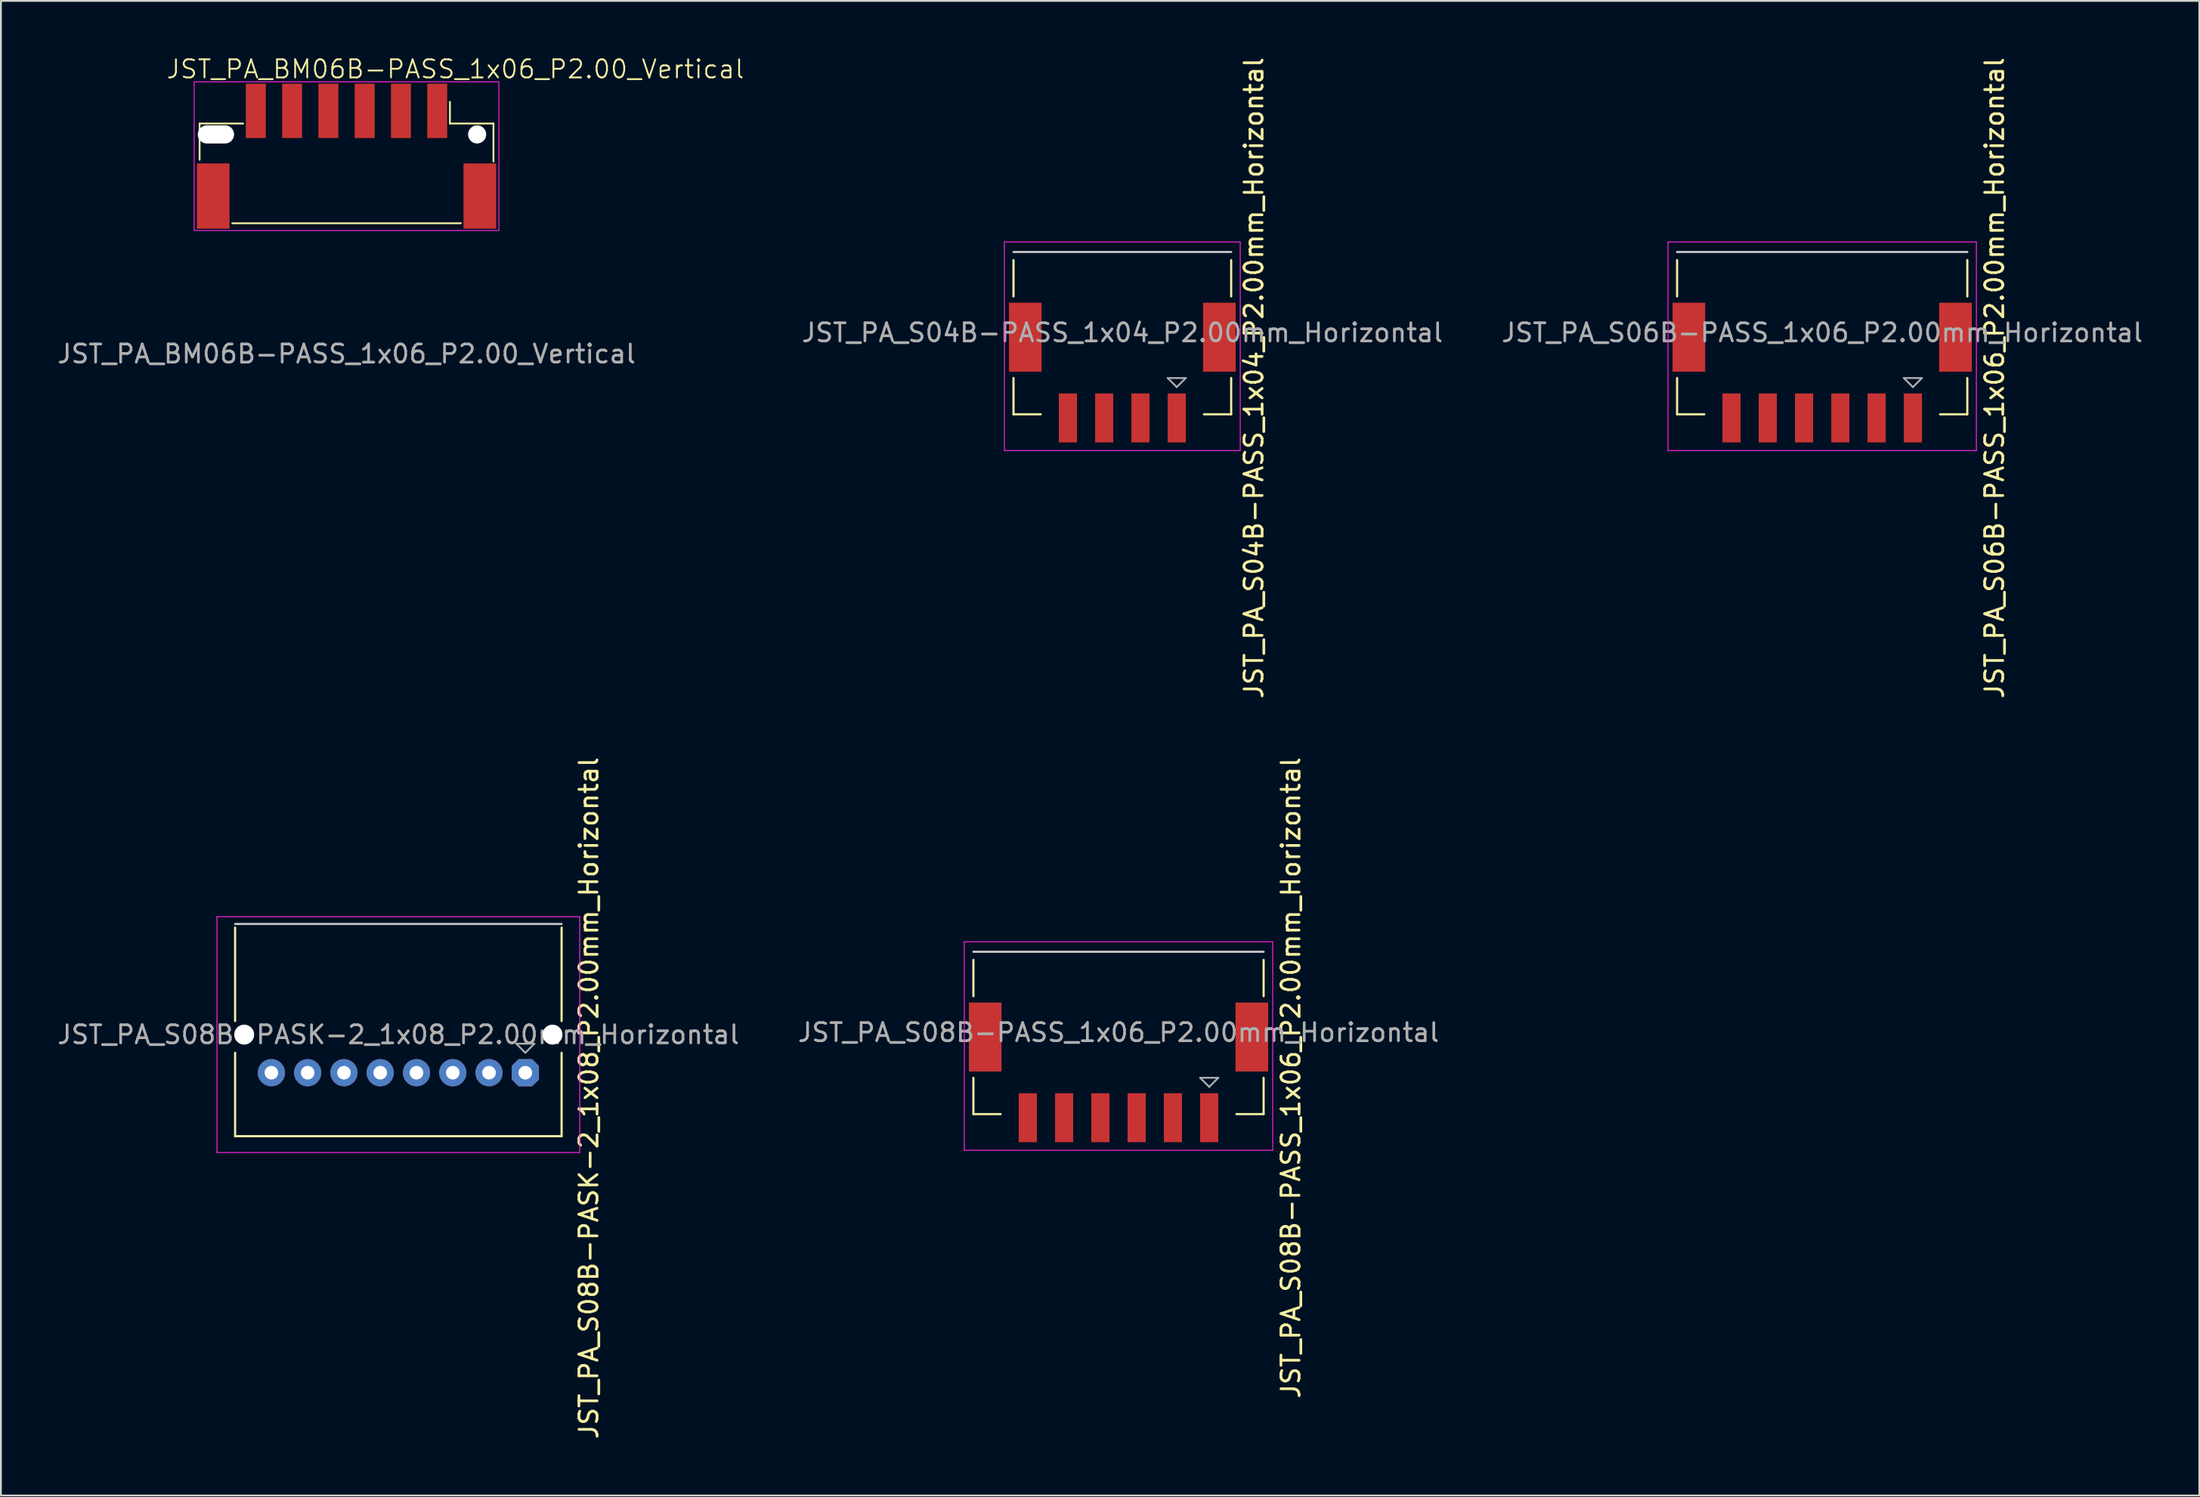
<source format=kicad_pcb>
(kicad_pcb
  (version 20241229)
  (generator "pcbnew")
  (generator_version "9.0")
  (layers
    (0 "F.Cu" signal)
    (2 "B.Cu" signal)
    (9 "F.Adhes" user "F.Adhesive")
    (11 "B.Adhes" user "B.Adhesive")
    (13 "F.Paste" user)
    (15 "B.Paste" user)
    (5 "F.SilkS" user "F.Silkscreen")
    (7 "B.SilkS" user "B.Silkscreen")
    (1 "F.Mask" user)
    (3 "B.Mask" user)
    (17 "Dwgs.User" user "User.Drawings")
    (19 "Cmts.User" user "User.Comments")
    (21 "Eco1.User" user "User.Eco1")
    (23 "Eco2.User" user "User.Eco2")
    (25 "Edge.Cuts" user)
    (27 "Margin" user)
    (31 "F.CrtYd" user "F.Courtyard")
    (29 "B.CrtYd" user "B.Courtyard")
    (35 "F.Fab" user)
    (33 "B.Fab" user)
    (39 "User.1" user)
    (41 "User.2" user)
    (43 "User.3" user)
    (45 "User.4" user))
  (footprint "JST_PA_S04B-PASS_1x04_P2.00mm_Horizontal"
    (layer "F.Cu")
    (at 58.824 15.292)
    (property "Reference" "JST_PA_S04B-PASS_1x04_P2.00mm_Horizontal" (at 7.25 2.5 90) (layer "F.SilkS") (effects (font (size 1 1) (thickness 0.15))))
    (attr smd)
    (fp_line (start -6 -2) (end -6 -4) (stroke (width 0.12) (type default)) (layer "F.SilkS"))
    (fp_line (start -6 4.5) (end -6 2.5) (stroke (width 0.12) (type default)) (layer "F.SilkS"))
    (fp_line (start -6 4.5) (end -4.5 4.5) (stroke (width 0.12) (type default)) (layer "F.SilkS"))
    (fp_line (start 4.5 4.5) (end 6 4.5) (stroke (width 0.12) (type default)) (layer "F.SilkS"))
    (fp_line (start 6 -2) (end 6 -4) (stroke (width 0.12) (type default)) (layer "F.SilkS"))
    (fp_line (start 6 4.5) (end 6 2.5) (stroke (width 0.12) (type default)) (layer "F.SilkS"))
    (fp_line (start 6 -4.45) (end -6 -4.45) (stroke (width 0.12) (type default)) (layer "Dwgs.User"))
    (fp_line (start -6.5 -5) (end -6.5 6.5) (stroke (width 0.05) (type solid)) (layer "F.CrtYd"))
    (fp_line (start -6.5 6.5) (end 6.5 6.5) (stroke (width 0.05) (type solid)) (layer "F.CrtYd"))
    (fp_line (start 6.5 -5) (end -6.5 -5) (stroke (width 0.05) (type solid)) (layer "F.CrtYd"))
    (fp_line (start 6.5 6.5) (end 6.5 -5) (stroke (width 0.05) (type solid)) (layer "F.CrtYd"))
    (fp_line (start 2.5 2.5) (end 3 3) (stroke (width 0.1) (type solid)) (layer "F.Fab"))
    (fp_line (start 3 3) (end 3.5 2.5) (stroke (width 0.1) (type solid)) (layer "F.Fab"))
    (fp_line (start 3.5 2.5) (end 2.5 2.5) (stroke (width 0.1) (type solid)) (layer "F.Fab"))
    (fp_text user "${REFERENCE}" (at 0 0 180) (layer "F.Fab") (effects (font (size 1 1) (thickness 0.15))))
    (pad "1" smd rect (at 3 4.7) (size 1 2.7) (layers "F.Cu" "F.Mask" "F.Paste"))
    (pad "2" smd rect (at 1 4.7) (size 1 2.7) (layers "F.Cu" "F.Mask" "F.Paste"))
    (pad "3" smd rect (at -1 4.7) (size 1 2.7) (layers "F.Cu" "F.Mask" "F.Paste"))
    (pad "4" smd rect (at -3 4.7) (size 1 2.7) (layers "F.Cu" "F.Mask" "F.Paste"))
    (pad "MP" smd rect (at -5.35 0.25) (size 1.8 3.8) (layers "F.Cu" "F.Mask" "F.Paste"))
    (pad "MP" smd rect (at 5.35 0.25) (size 1.8 3.8) (layers "F.Cu" "F.Mask" "F.Paste")))
  (footprint "JST_PA_BM06B-PASS_1x06_P2.00_Vertical"
    (layer "F.Cu")
    (at 16.054 4.561)
    (property "Reference" "JST_PA_BM06B-PASS_1x06_P2.00_Vertical" (at 6 -3.8 0) (unlocked yes) (layer "F.SilkS") (effects (font (size 1 1) (thickness 0.1))))
    (attr smd)
    (fp_line (start -8.1 -0.8) (end -5.7 -0.8) (stroke (width 0.1) (type default)) (layer "F.SilkS"))
    (fp_line (start -8.1 1.2) (end -8.1 -0.8) (stroke (width 0.1) (type default)) (layer "F.SilkS"))
    (fp_line (start 5.7 -0.8) (end 5.7 -2) (stroke (width 0.1) (type default)) (layer "F.SilkS"))
    (fp_line (start 5.7 -0.8) (end 8.1 -0.8) (stroke (width 0.1) (type default)) (layer "F.SilkS"))
    (fp_line (start 6.3 4.7) (end -6.3 4.7) (stroke (width 0.1) (type default)) (layer "F.SilkS"))
    (fp_line (start 8.1 -0.8) (end 8.1 1.3) (stroke (width 0.1) (type default)) (layer "F.SilkS"))
    (fp_rect (start -8.4 -3.1) (end 8.4 5.1) (stroke (width 0.05) (type default)) (fill no) (layer "F.CrtYd"))
    (fp_text user "${REFERENCE}" (at 0 11.9 0) (unlocked yes) (layer "F.Fab") (effects (font (size 1 1) (thickness 0.15))))
    (pad "" np_thru_hole oval (at -7.2 -0.2) (size 2 1) (drill oval 2 1) (layers "*.Cu" "*.Mask" "B.Adhes"))
    (pad "" np_thru_hole circle (at 7.2 -0.2) (size 1 1) (drill oval 1) (layers "*.Cu" "*.Mask" "B.Adhes"))
    (pad "1" smd rect (at 5 -1.5) (size 1.1 3) (layers "F.Cu" "F.Mask" "F.Paste"))
    (pad "2" smd rect (at 3 -1.5) (size 1.1 3) (layers "F.Cu" "F.Mask" "F.Paste"))
    (pad "3" smd rect (at 1 -1.5) (size 1.1 3) (layers "F.Cu" "F.Mask" "F.Paste"))
    (pad "4" smd rect (at -1 -1.5) (size 1.1 3) (layers "F.Cu" "F.Mask" "F.Paste"))
    (pad "5" smd rect (at -3 -1.5) (size 1.1 3) (layers "F.Cu" "F.Mask" "F.Paste"))
    (pad "6" smd rect (at -5 -1.5) (size 1.1 3) (layers "F.Cu" "F.Mask" "F.Paste"))
    (pad "MP" smd rect (at -7.35 3.2) (size 1.8 3.6) (layers "F.Cu" "F.Mask" "F.Paste"))
    (pad "MP" smd rect (at 7.35 3.2) (size 1.8 3.6) (layers "F.Cu" "F.Mask" "F.Paste")))
  (footprint "JST_PA_S06B-PASS_1x06_P2.00mm_Horizontal"
    (layer "F.Cu")
    (at 97.407 15.292)
    (property "Reference" "JST_PA_S06B-PASS_1x06_P2.00mm_Horizontal" (at 9.5 2.5 90) (layer "F.SilkS") (effects (font (size 1 1) (thickness 0.15))))
    (attr smd)
    (fp_line (start -8 -2) (end -8 -4) (stroke (width 0.12) (type default)) (layer "F.SilkS"))
    (fp_line (start -8 4.5) (end -8 2.5) (stroke (width 0.12) (type default)) (layer "F.SilkS"))
    (fp_line (start -8 4.5) (end -6.5 4.5) (stroke (width 0.12) (type default)) (layer "F.SilkS"))
    (fp_line (start 6.5 4.5) (end 8 4.5) (stroke (width 0.12) (type default)) (layer "F.SilkS"))
    (fp_line (start 8 -2) (end 8 -4) (stroke (width 0.12) (type default)) (layer "F.SilkS"))
    (fp_line (start 8 4.5) (end 8 2.5) (stroke (width 0.12) (type default)) (layer "F.SilkS"))
    (fp_line (start 8 -4.45) (end -8 -4.45) (stroke (width 0.12) (type default)) (layer "Dwgs.User"))
    (fp_line (start -8.5 -5) (end -8.5 6.5) (stroke (width 0.05) (type solid)) (layer "F.CrtYd"))
    (fp_line (start -8.5 6.5) (end 8.5 6.5) (stroke (width 0.05) (type solid)) (layer "F.CrtYd"))
    (fp_line (start 8.5 -5) (end -8.5 -5) (stroke (width 0.05) (type solid)) (layer "F.CrtYd"))
    (fp_line (start 8.5 6.5) (end 8.5 -5) (stroke (width 0.05) (type solid)) (layer "F.CrtYd"))
    (fp_line (start 4.5 2.5) (end 5 3) (stroke (width 0.1) (type solid)) (layer "F.Fab"))
    (fp_line (start 5 3) (end 5.5 2.5) (stroke (width 0.1) (type solid)) (layer "F.Fab"))
    (fp_line (start 5.5 2.5) (end 4.5 2.5) (stroke (width 0.1) (type solid)) (layer "F.Fab"))
    (fp_text user "${REFERENCE}" (at 0 0 180) (layer "F.Fab") (effects (font (size 1 1) (thickness 0.15))))
    (pad "1" smd rect (at 5 4.7) (size 1 2.7) (layers "F.Cu" "F.Mask" "F.Paste"))
    (pad "2" smd rect (at 3 4.7) (size 1 2.7) (layers "F.Cu" "F.Mask" "F.Paste"))
    (pad "3" smd rect (at 1 4.7) (size 1 2.7) (layers "F.Cu" "F.Mask" "F.Paste"))
    (pad "4" smd rect (at -1 4.7) (size 1 2.7) (layers "F.Cu" "F.Mask" "F.Paste"))
    (pad "5" smd rect (at -3 4.7) (size 1 2.7) (layers "F.Cu" "F.Mask" "F.Paste"))
    (pad "6" smd rect (at -5 4.7) (size 1 2.7) (layers "F.Cu" "F.Mask" "F.Paste"))
    (pad "MP" smd rect (at -7.35 0.25) (size 1.8 3.8) (layers "F.Cu" "F.Mask" "F.Paste"))
    (pad "MP" smd rect (at 7.35 0.25) (size 1.8 3.8) (layers "F.Cu" "F.Mask" "F.Paste")))
  (footprint "JST_PA_S08B-PASK-2_1x08_P2.00mm_Horizontal"
    (layer "F.Cu")
    (at 18.911 53.994)
    (property "Reference" "JST_PA_S08B-PASK-2_1x08_P2.00mm_Horizontal" (at 10.5 3.5 90) (layer "F.SilkS") (effects (font (size 1 1) (thickness 0.15))))
    (attr through_hole)
    (fp_line (start -9 -0.75) (end -9 -5.9) (stroke (width 0.12) (type default)) (layer "F.SilkS"))
    (fp_line (start -9 5.6) (end -9 1) (stroke (width 0.12) (type default)) (layer "F.SilkS"))
    (fp_line (start -9 5.6) (end 9 5.6) (stroke (width 0.12) (type default)) (layer "F.SilkS"))
    (fp_line (start 9 -0.75) (end 9 -5.9) (stroke (width 0.12) (type default)) (layer "F.SilkS"))
    (fp_line (start 9 5.6) (end 9 1) (stroke (width 0.12) (type default)) (layer "F.SilkS"))
    (fp_line (start 9 -6.1) (end -9 -6.1) (stroke (width 0.12) (type default)) (layer "Dwgs.User"))
    (fp_line (start -10 -6.5) (end -10 6.5) (stroke (width 0.05) (type solid)) (layer "F.CrtYd"))
    (fp_line (start -10 6.5) (end 10 6.5) (stroke (width 0.05) (type solid)) (layer "F.CrtYd"))
    (fp_line (start 10 -6.5) (end -10 -6.5) (stroke (width 0.05) (type solid)) (layer "F.CrtYd"))
    (fp_line (start 10 6.5) (end 10 -6.5) (stroke (width 0.05) (type solid)) (layer "F.CrtYd"))
    (fp_line (start 6.5 0.5) (end 7 1) (stroke (width 0.1) (type solid)) (layer "F.Fab"))
    (fp_line (start 7 1) (end 7.5 0.5) (stroke (width 0.1) (type solid)) (layer "F.Fab"))
    (fp_line (start 7.5 0.5) (end 6.5 0.5) (stroke (width 0.1) (type solid)) (layer "F.Fab"))
    (fp_text user "${REFERENCE}" (at 0 0 180) (layer "F.Fab") (effects (font (size 1 1) (thickness 0.15))))
    (pad "" np_thru_hole circle (at -8.5 0 180) (size 1.1 1.1) (drill 1.1) (layers "*.Cu" "*.Mask"))
    (pad "" np_thru_hole circle (at 8.5 0 180) (size 1.1 1.1) (drill 1.1) (layers "*.Cu" "*.Mask"))
    (pad "1" thru_hole roundrect (at 7 2.1 180) (size 1.5 1.5) (drill 0.75) (layers "*.Cu" "*.Mask") (roundrect_rratio 0) (chamfer_ratio 0.25) (chamfer top_left top_right bottom_left bottom_right))
    (pad "2" thru_hole oval (at 5 2.1 180) (size 1.5 1.5) (drill 0.75) (layers "*.Cu" "*.Mask"))
    (pad "3" thru_hole oval (at 3 2.1 180) (size 1.5 1.5) (drill 0.75) (layers "*.Cu" "*.Mask"))
    (pad "4" thru_hole oval (at 1 2.1 180) (size 1.5 1.5) (drill 0.75) (layers "*.Cu" "*.Mask"))
    (pad "5" thru_hole oval (at -1 2.1 180) (size 1.5 1.5) (drill 0.75) (layers "*.Cu" "*.Mask"))
    (pad "6" thru_hole oval (at -3 2.1 180) (size 1.5 1.5) (drill 0.75) (layers "*.Cu" "*.Mask"))
    (pad "7" thru_hole oval (at -5 2.1 180) (size 1.5 1.5) (drill 0.75) (layers "*.Cu" "*.Mask"))
    (pad "8" thru_hole oval (at -7 2.1 180) (size 1.5 1.5) (drill 0.75) (layers "*.Cu" "*.Mask")))
  (footprint "JST_PA_S08B-PASS_1x06_P2.00mm_Horizontal"
    (layer "F.Cu")
    (at 58.613 53.875)
    (property "Reference" "JST_PA_S08B-PASS_1x06_P2.00mm_Horizontal" (at 9.5 2.5 90) (layer "F.SilkS") (effects (font (size 1 1) (thickness 0.15))))
    (attr smd)
    (fp_line (start -8 -2) (end -8 -4) (stroke (width 0.12) (type default)) (layer "F.SilkS"))
    (fp_line (start -8 4.5) (end -8 2.5) (stroke (width 0.12) (type default)) (layer "F.SilkS"))
    (fp_line (start -8 4.5) (end -6.5 4.5) (stroke (width 0.12) (type default)) (layer "F.SilkS"))
    (fp_line (start 6.5 4.5) (end 8 4.5) (stroke (width 0.12) (type default)) (layer "F.SilkS"))
    (fp_line (start 8 -2) (end 8 -4) (stroke (width 0.12) (type default)) (layer "F.SilkS"))
    (fp_line (start 8 4.5) (end 8 2.5) (stroke (width 0.12) (type default)) (layer "F.SilkS"))
    (fp_line (start 8 -4.45) (end -8 -4.45) (stroke (width 0.12) (type default)) (layer "Dwgs.User"))
    (fp_line (start -8.5 -5) (end -8.5 6.5) (stroke (width 0.05) (type solid)) (layer "F.CrtYd"))
    (fp_line (start -8.5 6.5) (end 8.5 6.5) (stroke (width 0.05) (type solid)) (layer "F.CrtYd"))
    (fp_line (start 8.5 -5) (end -8.5 -5) (stroke (width 0.05) (type solid)) (layer "F.CrtYd"))
    (fp_line (start 8.5 6.5) (end 8.5 -5) (stroke (width 0.05) (type solid)) (layer "F.CrtYd"))
    (fp_line (start 4.5 2.5) (end 5 3) (stroke (width 0.1) (type solid)) (layer "F.Fab"))
    (fp_line (start 5 3) (end 5.5 2.5) (stroke (width 0.1) (type solid)) (layer "F.Fab"))
    (fp_line (start 5.5 2.5) (end 4.5 2.5) (stroke (width 0.1) (type solid)) (layer "F.Fab"))
    (fp_text user "${REFERENCE}" (at 0 0 180) (layer "F.Fab") (effects (font (size 1 1) (thickness 0.15))))
    (pad "1" smd rect (at 5 4.7) (size 1 2.7) (layers "F.Cu" "F.Mask" "F.Paste"))
    (pad "2" smd rect (at 3 4.7) (size 1 2.7) (layers "F.Cu" "F.Mask" "F.Paste"))
    (pad "3" smd rect (at 1 4.7) (size 1 2.7) (layers "F.Cu" "F.Mask" "F.Paste"))
    (pad "4" smd rect (at -1 4.7) (size 1 2.7) (layers "F.Cu" "F.Mask" "F.Paste"))
    (pad "5" smd rect (at -3 4.7) (size 1 2.7) (layers "F.Cu" "F.Mask" "F.Paste"))
    (pad "6" smd rect (at -5 4.7) (size 1 2.7) (layers "F.Cu" "F.Mask" "F.Paste"))
    (pad "MP" smd rect (at -7.35 0.25) (size 1.8 3.8) (layers "F.Cu" "F.Mask" "F.Paste"))
    (pad "MP" smd rect (at 7.35 0.25) (size 1.8 3.8) (layers "F.Cu" "F.Mask" "F.Paste")))
  (gr_rect
    (start -3 -3)
    (end 118.199 79.405)
    (stroke (width 0.1) (type default))
    (fill no)
    (layer "Edge.Cuts")))
</source>
